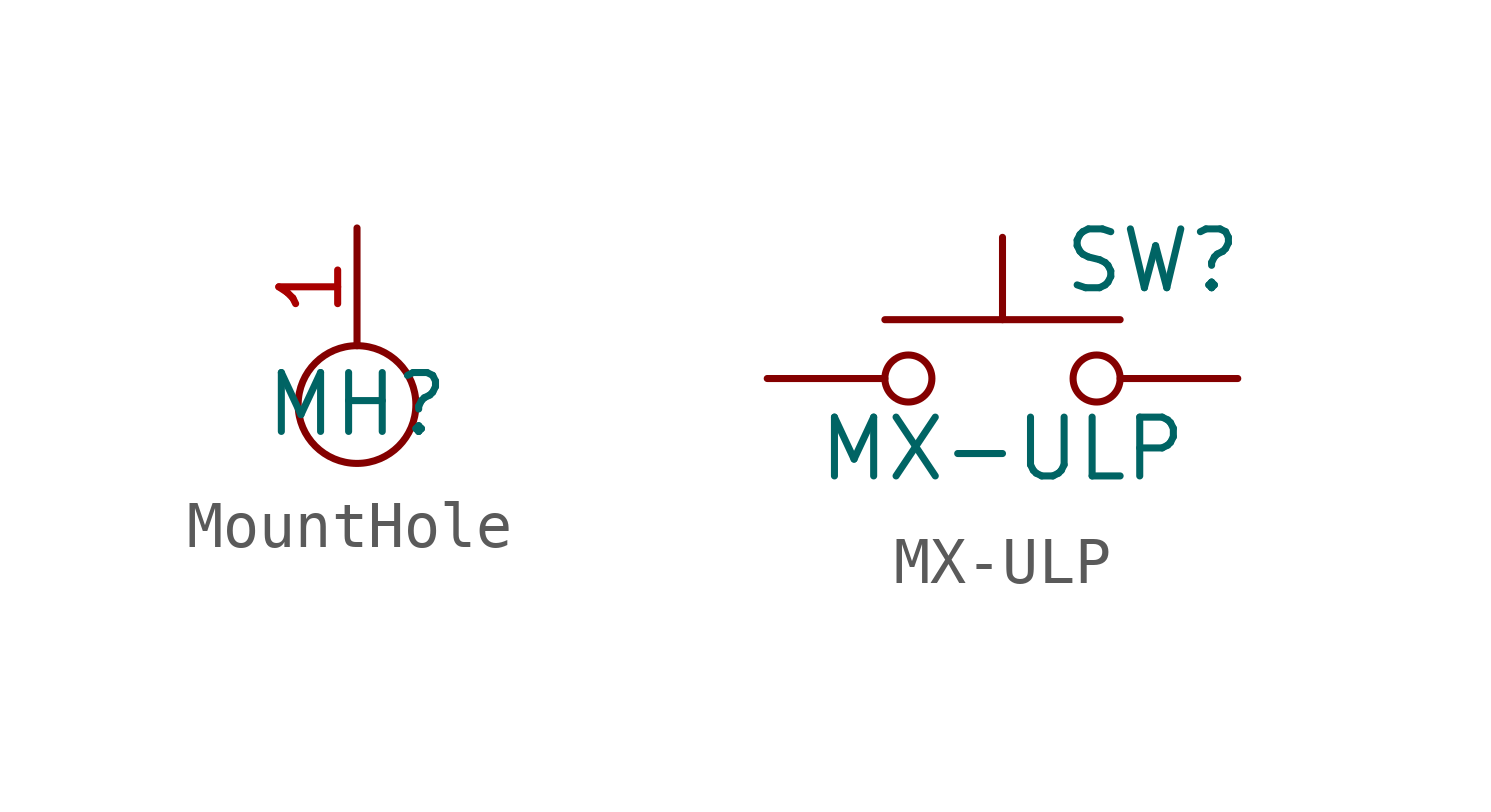
<source format=kicad_sym>
(kicad_symbol_lib
  (version 20231120)
  (generator "kicad_symbol_editor")
  (generator_version "8.0")
  (symbol "MountHole"
    (property "Reference" "MH"
      (at 0 0 0)
      (effects (font (size 1.27 1.27))))
    (property "Value" ""
      (at 0 0 0)
      (effects (font (size 1.27 1.27))))
    (symbol "MountHole_0_1"
      (circle (center 0 0) (radius 1.27) (stroke (width 0) (type default)) (fill (type none))))
    (symbol "MountHole_1_1"
      (pin power_in line (at 0 3.81 270) (length 2.54) (name "" (effects (font (size 1.27 1.27)))) (number "1" (effects (font (size 1.27 1.27)))))))
  (symbol "MX-ULP"
    (pin_numbers hide)
    (pin_names
      (offset 1.016) hide)
    (property "Reference" "SW"
      (at 1.27 2.54 0)
      (effects (font (size 1.27 1.27)) (justify left)))
    (property "Value" "MX-ULP"
      (at 0 -1.524 0)
      (effects (font (size 1.27 1.27))))
    (symbol "MX-ULP_0_1"
      (circle (center -2.032 0) (radius 0.508) (stroke (width 0) (type default)) (fill (type none)))
      (polyline (pts (xy 0 1.27) (xy 0 3.048)) (stroke (width 0) (type default)) (fill (type none)))
      (polyline (pts (xy 2.54 1.27) (xy -2.54 1.27)) (stroke (width 0) (type default)) (fill (type none)))
      (circle (center 2.032 0) (radius 0.508) (stroke (width 0) (type default)) (fill (type none)))
      (pin passive line (at -5.08 0 0) (length 2.54) (name "1" (effects (font (size 1.27 1.27)))) (number "1" (effects (font (size 1.27 1.27)))))
      (pin passive line (at 5.08 0 180) (length 2.54) (name "2" (effects (font (size 1.27 1.27)))) (number "2" (effects (font (size 1.27 1.27))))))))
</source>
